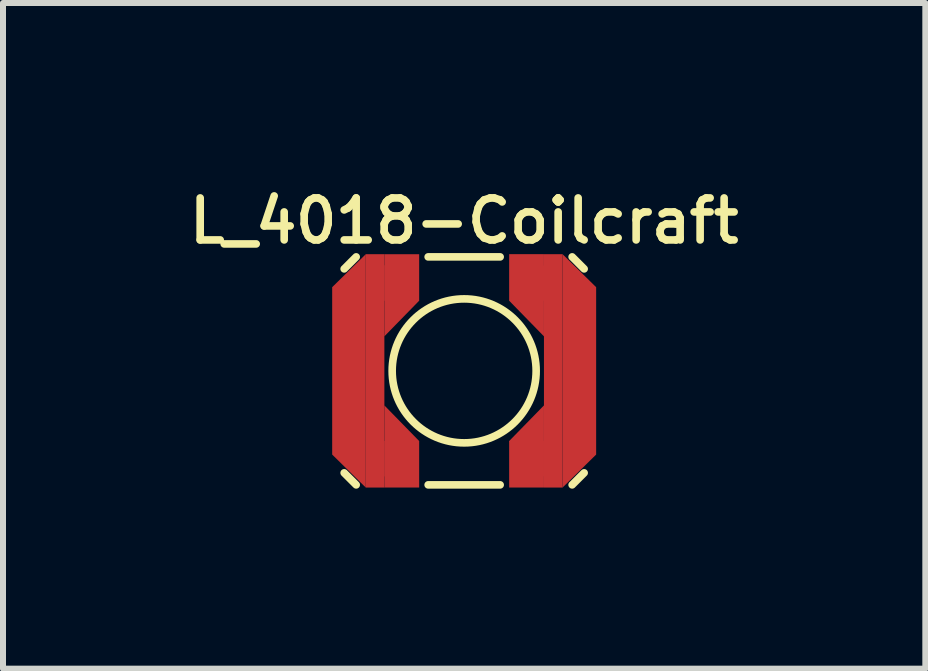
<source format=kicad_pcb>
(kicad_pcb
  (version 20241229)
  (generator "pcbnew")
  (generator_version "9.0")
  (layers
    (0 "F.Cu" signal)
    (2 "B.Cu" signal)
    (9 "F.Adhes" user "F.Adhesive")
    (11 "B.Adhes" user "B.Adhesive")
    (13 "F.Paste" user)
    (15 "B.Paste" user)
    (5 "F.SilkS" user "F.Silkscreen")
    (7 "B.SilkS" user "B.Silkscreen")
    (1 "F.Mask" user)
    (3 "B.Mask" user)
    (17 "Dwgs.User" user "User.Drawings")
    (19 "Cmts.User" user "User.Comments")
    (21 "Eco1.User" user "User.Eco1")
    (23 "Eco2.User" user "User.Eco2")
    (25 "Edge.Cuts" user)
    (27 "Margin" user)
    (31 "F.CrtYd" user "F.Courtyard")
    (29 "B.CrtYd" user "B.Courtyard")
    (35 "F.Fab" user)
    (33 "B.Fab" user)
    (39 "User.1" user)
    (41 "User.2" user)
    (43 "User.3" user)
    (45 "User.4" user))
  (footprint "L_4018-Coilcraft"
    (layer "F.Cu")
    (at 4.687 3.132)
    (property "Reference" "L_4018-Coilcraft" (at 0 -2.5 0) (layer "F.SilkS") (effects (font (size 0.7 0.7) (thickness 0.127))))
    (attr smd)
    (fp_line (start -2 -1.7) (end -1.8 -1.9) (stroke (width 0.127) (type solid)) (layer "F.SilkS"))
    (fp_line (start -1.8 1.9) (end -2 1.7) (stroke (width 0.127) (type solid)) (layer "F.SilkS"))
    (fp_line (start -0.6 -1.9) (end 0.6 -1.9) (stroke (width 0.127) (type solid)) (layer "F.SilkS"))
    (fp_line (start 0.6 1.9) (end -0.6 1.9) (stroke (width 0.127) (type solid)) (layer "F.SilkS"))
    (fp_line (start 1.8 -1.9) (end 2 -1.7) (stroke (width 0.127) (type solid)) (layer "F.SilkS"))
    (fp_line (start 2 1.7) (end 1.8 1.9) (stroke (width 0.127) (type solid)) (layer "F.SilkS"))
    (fp_circle (center 0 0) (end 1.2 0) (stroke (width 0.127) (type solid)) (fill no) (layer "F.SilkS"))
    (pad "1" smd trapezoid (at -1.92 0 180) (size 0.56 3.34) (rect_delta 0.55 0) (layers "F.Cu" "F.Mask" "F.Paste"))
    (pad "1" smd rect (at -1.485 0) (size 0.31 3.89) (layers "F.Cu" "F.Mask" "F.Paste"))
    (pad "1" smd rect (at -1.04 -1.56) (size 0.58 0.775) (drill (offset 0 0.003)) (layers "F.Cu" "F.Mask" "F.Paste"))
    (pad "1" smd trapezoid (at -1.04 -1.17) (size 0.58 0.595) (rect_delta 0.594 0) (layers "F.Cu" "F.Mask" "F.Paste"))
    (pad "1" smd trapezoid (at -1.04 1.17) (size 0.58 0.595) (rect_delta 0.594 0) (layers "F.Cu" "F.Mask" "F.Paste"))
    (pad "1" smd rect (at -1.04 1.555) (size 0.58 0.775) (drill (offset 0 0.002)) (layers "F.Cu" "F.Mask" "F.Paste"))
    (pad "2" smd rect (at 1.04 -1.555) (size 0.58 0.775) (drill (offset 0 -0.003)) (layers "F.Cu" "F.Mask" "F.Paste"))
    (pad "2" smd trapezoid (at 1.04 -1.17 180) (size 0.58 0.595) (rect_delta 0.594 0) (layers "F.Cu" "F.Mask" "F.Paste"))
    (pad "2" smd trapezoid (at 1.04 1.17 180) (size 0.58 0.595) (rect_delta 0.594 0) (layers "F.Cu" "F.Mask" "F.Paste"))
    (pad "2" smd rect (at 1.04 1.555) (size 0.58 0.775) (drill (offset 0 0.002)) (layers "F.Cu" "F.Mask" "F.Paste"))
    (pad "2" smd rect (at 1.485 0) (size 0.31 3.89) (layers "F.Cu" "F.Mask" "F.Paste"))
    (pad "2" smd trapezoid (at 1.92 0) (size 0.56 3.34) (rect_delta 0.55 0) (layers "F.Cu" "F.Mask" "F.Paste")))
  (gr_rect
    (start -3 -3)
    (end 12.374 8.096)
    (stroke (width 0.1) (type default))
    (fill no)
    (layer "Edge.Cuts")))
</source>
